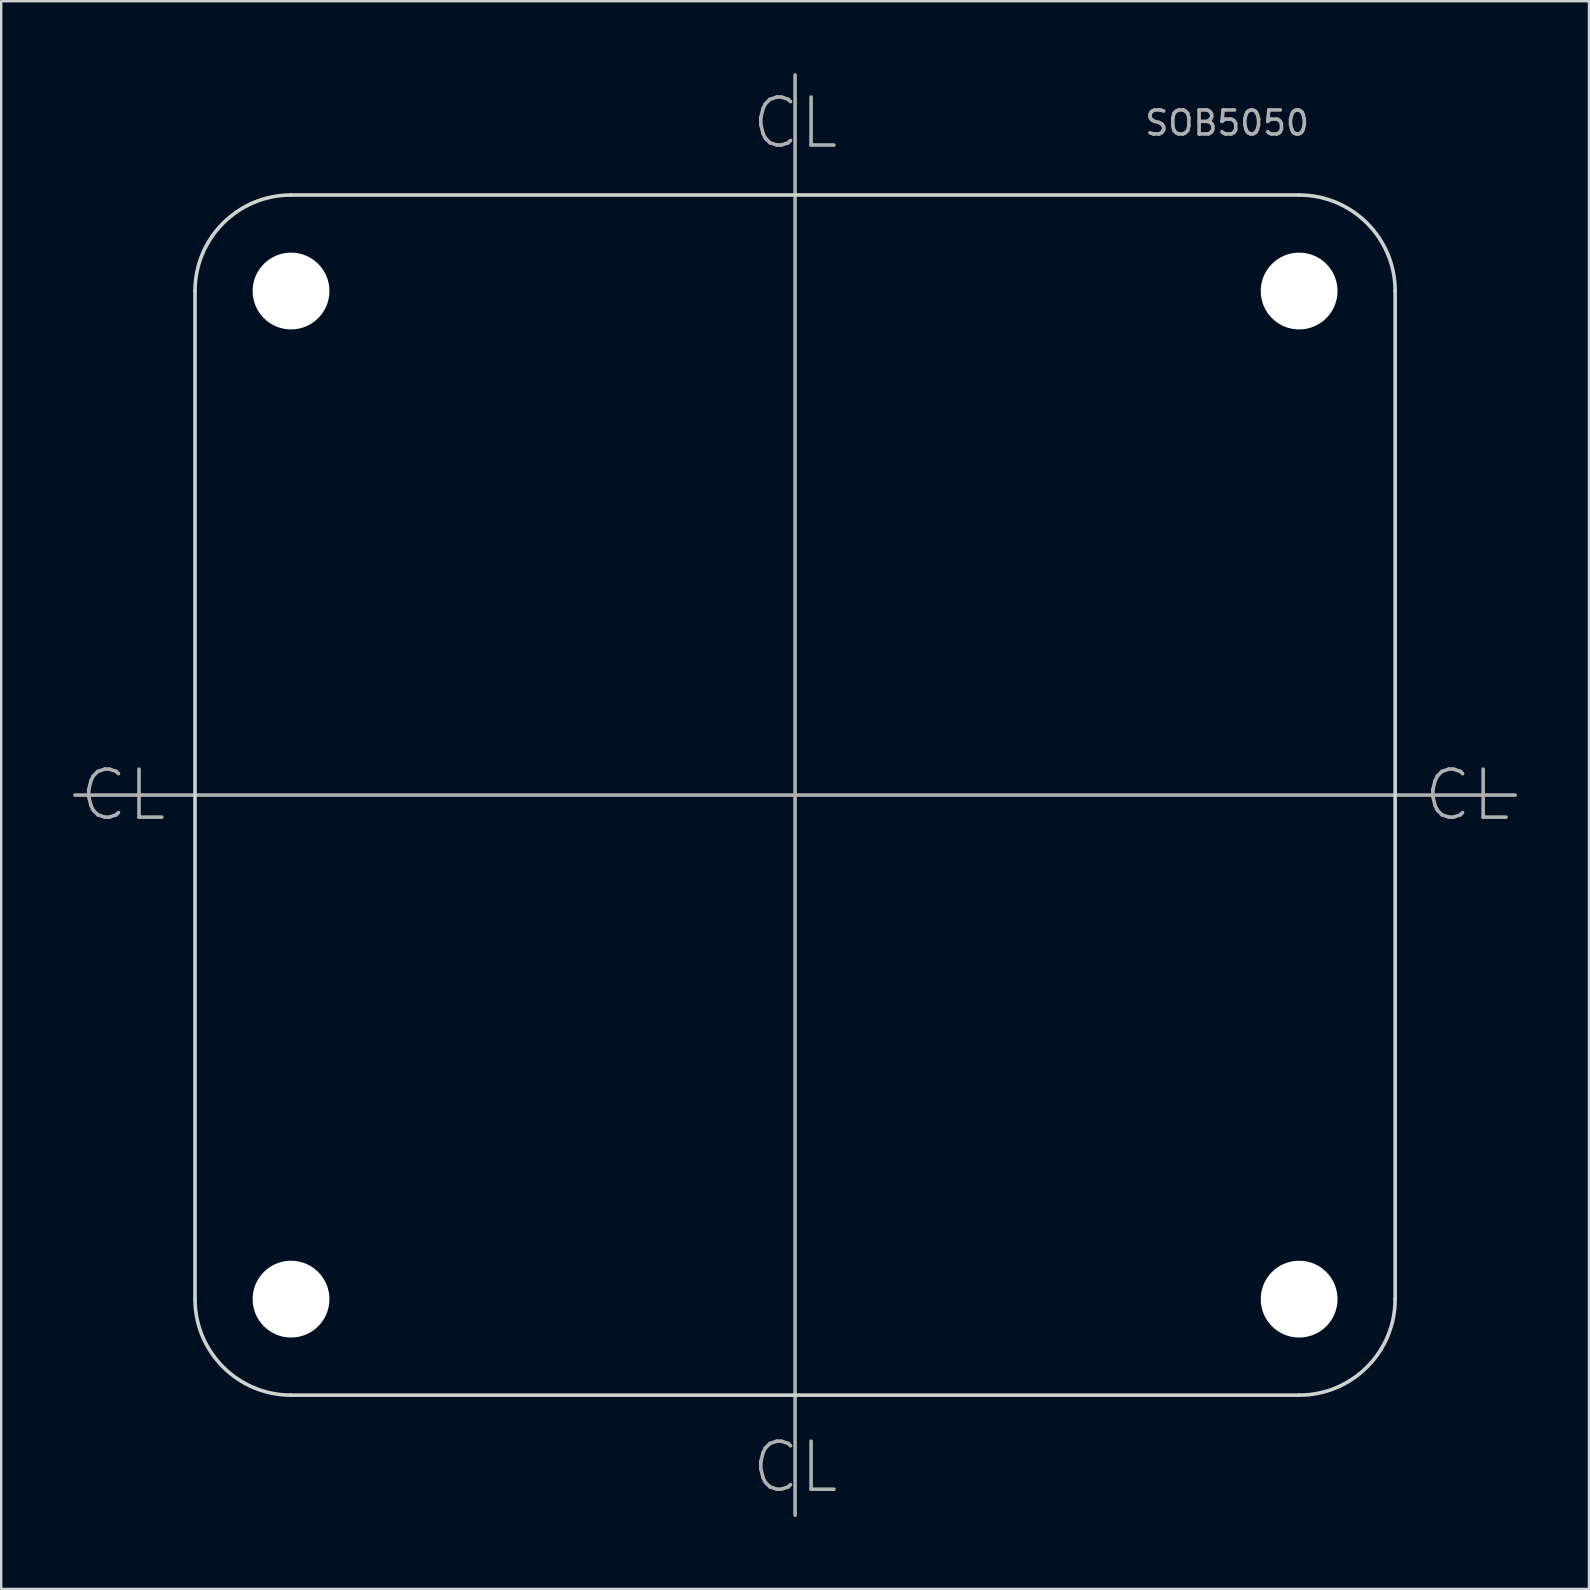
<source format=kicad_pcb>
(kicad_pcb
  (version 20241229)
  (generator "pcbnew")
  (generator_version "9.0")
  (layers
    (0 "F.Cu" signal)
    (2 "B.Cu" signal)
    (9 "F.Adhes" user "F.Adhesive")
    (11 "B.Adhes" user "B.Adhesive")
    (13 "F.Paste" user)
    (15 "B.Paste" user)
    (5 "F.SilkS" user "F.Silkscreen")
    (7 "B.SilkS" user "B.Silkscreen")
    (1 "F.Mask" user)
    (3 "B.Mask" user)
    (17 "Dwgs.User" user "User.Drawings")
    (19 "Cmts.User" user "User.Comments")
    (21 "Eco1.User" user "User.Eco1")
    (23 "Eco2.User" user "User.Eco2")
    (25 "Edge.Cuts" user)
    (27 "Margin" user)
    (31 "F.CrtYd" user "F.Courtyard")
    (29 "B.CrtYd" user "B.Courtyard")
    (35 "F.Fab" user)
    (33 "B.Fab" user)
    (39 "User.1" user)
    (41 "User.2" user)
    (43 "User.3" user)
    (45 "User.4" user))
  (footprint "SOB5050"
    (layer "F.Cu")
    (at 30.075 30.075)
    (property "Reference" "SOB5050" (at 18 -28 0) (layer "F.Fab") (effects (font (size 1 1) (thickness 0.15))))
    (attr through_hole)
    (fp_line (start -24 -21) (end -24 -18) (stroke (width 1.7) (type solid)) (layer "F.Mask"))
    (fp_line (start -24 -21) (end -21 -24) (stroke (width 1.7) (type solid)) (layer "F.Mask"))
    (fp_line (start -24 -18) (end -24 18) (stroke (width 1.7) (type solid)) (layer "F.Mask"))
    (fp_line (start -24 -18) (end -22 -18) (stroke (width 1.7) (type solid)) (layer "F.Mask"))
    (fp_line (start -24 18) (end -24 21) (stroke (width 1.7) (type solid)) (layer "F.Mask"))
    (fp_line (start -24 18) (end -22 18) (stroke (width 1.7) (type solid)) (layer "F.Mask"))
    (fp_line (start -24 21) (end -21 24) (stroke (width 1.7) (type solid)) (layer "F.Mask"))
    (fp_line (start -21 -24) (end -18 -24) (stroke (width 1.7) (type solid)) (layer "F.Mask"))
    (fp_line (start -21 24) (end -18 24) (stroke (width 1.7) (type solid)) (layer "F.Mask"))
    (fp_line (start -18 -24) (end 18 -24) (stroke (width 1.7) (type solid)) (layer "F.Mask"))
    (fp_line (start -18 -22) (end -18 -24) (stroke (width 1.7) (type solid)) (layer "F.Mask"))
    (fp_line (start -18 24) (end -18 22) (stroke (width 1.7) (type solid)) (layer "F.Mask"))
    (fp_line (start -18 24) (end 18 24) (stroke (width 1.7) (type solid)) (layer "F.Mask"))
    (fp_line (start 18 -24) (end 21 -24) (stroke (width 1.7) (type solid)) (layer "F.Mask"))
    (fp_line (start 18 -22) (end 18 -24) (stroke (width 1.7) (type solid)) (layer "F.Mask"))
    (fp_line (start 18 24) (end 18 22) (stroke (width 1.7) (type solid)) (layer "F.Mask"))
    (fp_line (start 18 24) (end 21 24) (stroke (width 1.7) (type solid)) (layer "F.Mask"))
    (fp_line (start 21 -24) (end 24 -21) (stroke (width 1.7) (type solid)) (layer "F.Mask"))
    (fp_line (start 22 -18) (end 24 -18) (stroke (width 1.7) (type solid)) (layer "F.Mask"))
    (fp_line (start 22 18) (end 24 18) (stroke (width 1.7) (type solid)) (layer "F.Mask"))
    (fp_line (start 24 -21) (end 24 -18) (stroke (width 1.7) (type solid)) (layer "F.Mask"))
    (fp_line (start 24 -18) (end 24 18) (stroke (width 1.7) (type solid)) (layer "F.Mask"))
    (fp_line (start 24 18) (end 24 21) (stroke (width 1.7) (type solid)) (layer "F.Mask"))
    (fp_line (start 24 21) (end 21 24) (stroke (width 1.7) (type solid)) (layer "F.Mask"))
    (fp_arc (start -24 -21) (mid -23.12132 -23.12132) (end -21 -24) (stroke (width 1.7) (type solid)) (layer "F.Mask"))
    (fp_arc (start -24 20) (mid -21.171573 21.171573) (end -20 24) (stroke (width 1.7) (type solid)) (layer "F.Mask"))
    (fp_arc (start -23 19) (mid -20.171573 20.171573) (end -19 23) (stroke (width 1.7) (type solid)) (layer "F.Mask"))
    (fp_arc (start -22 18) (mid -19.171573 19.171573) (end -18 22) (stroke (width 1.7) (type solid)) (layer "F.Mask"))
    (fp_arc (start -21 24) (mid -23.12132 23.12132) (end -24 21) (stroke (width 1.7) (type solid)) (layer "F.Mask"))
    (fp_arc (start -20 -24) (mid -21.171573 -21.171573) (end -24 -20) (stroke (width 1.7) (type solid)) (layer "F.Mask"))
    (fp_arc (start -19 -23) (mid -20.171573 -20.171573) (end -23 -19) (stroke (width 1.7) (type solid)) (layer "F.Mask"))
    (fp_arc (start -18 -22) (mid -19.171573 -19.171573) (end -22 -18) (stroke (width 1.7) (type solid)) (layer "F.Mask"))
    (fp_arc (start 18 22) (mid 19.171573 19.171573) (end 22 18) (stroke (width 1.7) (type solid)) (layer "F.Mask"))
    (fp_arc (start 19 23) (mid 20.171573 20.171573) (end 23 19) (stroke (width 1.7) (type solid)) (layer "F.Mask"))
    (fp_arc (start 20 24) (mid 21.171573 21.171573) (end 24 20) (stroke (width 1.7) (type solid)) (layer "F.Mask"))
    (fp_arc (start 21 -24) (mid 23.12132 -23.12132) (end 24 -21) (stroke (width 1.7) (type solid)) (layer "F.Mask"))
    (fp_arc (start 22 -18) (mid 19.171573 -19.171573) (end 18 -22) (stroke (width 1.7) (type solid)) (layer "F.Mask"))
    (fp_arc (start 23 -19) (mid 20.171573 -20.171573) (end 19 -23) (stroke (width 1.7) (type solid)) (layer "F.Mask"))
    (fp_arc (start 24 -20) (mid 21.171573 -21.171573) (end 20 -24) (stroke (width 1.7) (type solid)) (layer "F.Mask"))
    (fp_arc (start 24 21) (mid 23.12132 23.12132) (end 21 24) (stroke (width 1.7) (type solid)) (layer "F.Mask"))
    (fp_line (start -24 -21) (end -24 -18) (stroke (width 1.7) (type solid)) (layer "B.Mask"))
    (fp_line (start -24 -21) (end -21 -24) (stroke (width 1.7) (type solid)) (layer "B.Mask"))
    (fp_line (start -24 -18) (end -24 18) (stroke (width 1.7) (type solid)) (layer "B.Mask"))
    (fp_line (start -24 -18) (end -22 -18) (stroke (width 1.7) (type solid)) (layer "B.Mask"))
    (fp_line (start -24 18) (end -24 21) (stroke (width 1.7) (type solid)) (layer "B.Mask"))
    (fp_line (start -24 18) (end -22 18) (stroke (width 1.7) (type solid)) (layer "B.Mask"))
    (fp_line (start -24 21) (end -21 24) (stroke (width 1.7) (type solid)) (layer "B.Mask"))
    (fp_line (start -21 -24) (end -18 -24) (stroke (width 1.7) (type solid)) (layer "B.Mask"))
    (fp_line (start -21 24) (end -18 24) (stroke (width 1.7) (type solid)) (layer "B.Mask"))
    (fp_line (start -18 -24) (end 18 -24) (stroke (width 1.7) (type solid)) (layer "B.Mask"))
    (fp_line (start -18 -22) (end -18 -24) (stroke (width 1.7) (type solid)) (layer "B.Mask"))
    (fp_line (start -18 24) (end -18 22) (stroke (width 1.7) (type solid)) (layer "B.Mask"))
    (fp_line (start -18 24) (end 18 24) (stroke (width 1.7) (type solid)) (layer "B.Mask"))
    (fp_line (start 18 -24) (end 21 -24) (stroke (width 1.7) (type solid)) (layer "B.Mask"))
    (fp_line (start 18 -22) (end 18 -24) (stroke (width 1.7) (type solid)) (layer "B.Mask"))
    (fp_line (start 18 24) (end 18 22) (stroke (width 1.7) (type solid)) (layer "B.Mask"))
    (fp_line (start 18 24) (end 21 24) (stroke (width 1.7) (type solid)) (layer "B.Mask"))
    (fp_line (start 21 -24) (end 24 -21) (stroke (width 1.7) (type solid)) (layer "B.Mask"))
    (fp_line (start 22 -18) (end 24 -18) (stroke (width 1.7) (type solid)) (layer "B.Mask"))
    (fp_line (start 22 18) (end 24 18) (stroke (width 1.7) (type solid)) (layer "B.Mask"))
    (fp_line (start 24 -21) (end 24 -18) (stroke (width 1.7) (type solid)) (layer "B.Mask"))
    (fp_line (start 24 -18) (end 24 18) (stroke (width 1.7) (type solid)) (layer "B.Mask"))
    (fp_line (start 24 18) (end 24 21) (stroke (width 1.7) (type solid)) (layer "B.Mask"))
    (fp_line (start 24 21) (end 21 24) (stroke (width 1.7) (type solid)) (layer "B.Mask"))
    (fp_arc (start -24 -21) (mid -23.12132 -23.12132) (end -21 -24) (stroke (width 1.7) (type solid)) (layer "B.Mask"))
    (fp_arc (start -24 20) (mid -21.171573 21.171573) (end -20 24) (stroke (width 1.7) (type solid)) (layer "B.Mask"))
    (fp_arc (start -23 19) (mid -20.171573 20.171573) (end -19 23) (stroke (width 1.7) (type solid)) (layer "B.Mask"))
    (fp_arc (start -22 18) (mid -19.171573 19.171573) (end -18 22) (stroke (width 1.7) (type solid)) (layer "B.Mask"))
    (fp_arc (start -21 24) (mid -23.12132 23.12132) (end -24 21) (stroke (width 1.7) (type solid)) (layer "B.Mask"))
    (fp_arc (start -20 -24) (mid -21.171573 -21.171573) (end -24 -20) (stroke (width 1.7) (type solid)) (layer "B.Mask"))
    (fp_arc (start -19 -23) (mid -20.171573 -20.171573) (end -23 -19) (stroke (width 1.7) (type solid)) (layer "B.Mask"))
    (fp_arc (start -18 -22) (mid -19.171573 -19.171573) (end -22 -18) (stroke (width 1.7) (type solid)) (layer "B.Mask"))
    (fp_arc (start 18 22) (mid 19.171573 19.171573) (end 22 18) (stroke (width 1.7) (type solid)) (layer "B.Mask"))
    (fp_arc (start 19 23) (mid 20.171573 20.171573) (end 23 19) (stroke (width 1.7) (type solid)) (layer "B.Mask"))
    (fp_arc (start 20 24) (mid 21.171573 21.171573) (end 24 20) (stroke (width 1.7) (type solid)) (layer "B.Mask"))
    (fp_arc (start 21 -24) (mid 23.12132 -23.12132) (end 24 -21) (stroke (width 1.7) (type solid)) (layer "B.Mask"))
    (fp_arc (start 22 -18) (mid 19.171573 -19.171573) (end 18 -22) (stroke (width 1.7) (type solid)) (layer "B.Mask"))
    (fp_arc (start 23 -19) (mid 20.171573 -20.171573) (end 19 -23) (stroke (width 1.7) (type solid)) (layer "B.Mask"))
    (fp_arc (start 24 -20) (mid 21.171573 -21.171573) (end 20 -24) (stroke (width 1.7) (type solid)) (layer "B.Mask"))
    (fp_arc (start 24 21) (mid 23.12132 23.12132) (end 21 24) (stroke (width 1.7) (type solid)) (layer "B.Mask"))
    (fp_line (start -25 -21) (end -25 21) (stroke (width 0.15) (type solid)) (layer "Edge.Cuts"))
    (fp_line (start -21 -25) (end 21 -25) (stroke (width 0.15) (type solid)) (layer "Edge.Cuts"))
    (fp_line (start -21 25) (end 21 25) (stroke (width 0.15) (type solid)) (layer "Edge.Cuts"))
    (fp_line (start 25 -21) (end 25 21) (stroke (width 0.15) (type solid)) (layer "Edge.Cuts"))
    (fp_arc (start -25 -21) (mid -23.828427 -23.828427) (end -21 -25) (stroke (width 0.15) (type solid)) (layer "Edge.Cuts"))
    (fp_arc (start -21 25) (mid -23.828427 23.828427) (end -25 21) (stroke (width 0.15) (type solid)) (layer "Edge.Cuts"))
    (fp_arc (start 21 -25) (mid 23.828427 -23.828427) (end 25 -21) (stroke (width 0.15) (type solid)) (layer "Edge.Cuts"))
    (fp_arc (start 25 21) (mid 23.828427 23.828427) (end 21 25) (stroke (width 0.15) (type solid)) (layer "Edge.Cuts"))
    (fp_line (start -30 0) (end 30 0) (stroke (width 0.15) (type solid)) (layer "F.Fab"))
    (fp_line (start 0 -30) (end 0 30) (stroke (width 0.15) (type solid)) (layer "F.Fab"))
    (fp_text user "CL" (at -28 0 0) (layer "F.Fab") (effects (font (size 2 2) (thickness 0.15))))
    (fp_text user "CL" (at 0 28 0) (layer "F.Fab") (effects (font (size 2 2) (thickness 0.15))))
    (fp_text user "CL" (at 28 0 0) (layer "F.Fab") (effects (font (size 2 2) (thickness 0.15))))
    (fp_text user "CL" (at 0 -28 0) (layer "F.Fab") (effects (font (size 2 2) (thickness 0.15))))
    (pad "" np_thru_hole circle (at -21 -21) (size 3.2 3.2) (drill 3.2) (layers "*.Cu" "*.Mask"))
    (pad "" np_thru_hole circle (at -21 21) (size 3.2 3.2) (drill 3.2) (layers "*.Cu" "*.Mask"))
    (pad "" np_thru_hole circle (at 21 -21) (size 3.2 3.2) (drill 3.2) (layers "*.Cu" "*.Mask"))
    (pad "" np_thru_hole circle (at 21 21) (size 3.2 3.2) (drill 3.2) (layers "*.Cu" "*.Mask")))
  (gr_rect
    (start -3 -3)
    (end 63.15 63.15)
    (stroke (width 0.1) (type default))
    (fill no)
    (layer "Edge.Cuts")))
</source>
